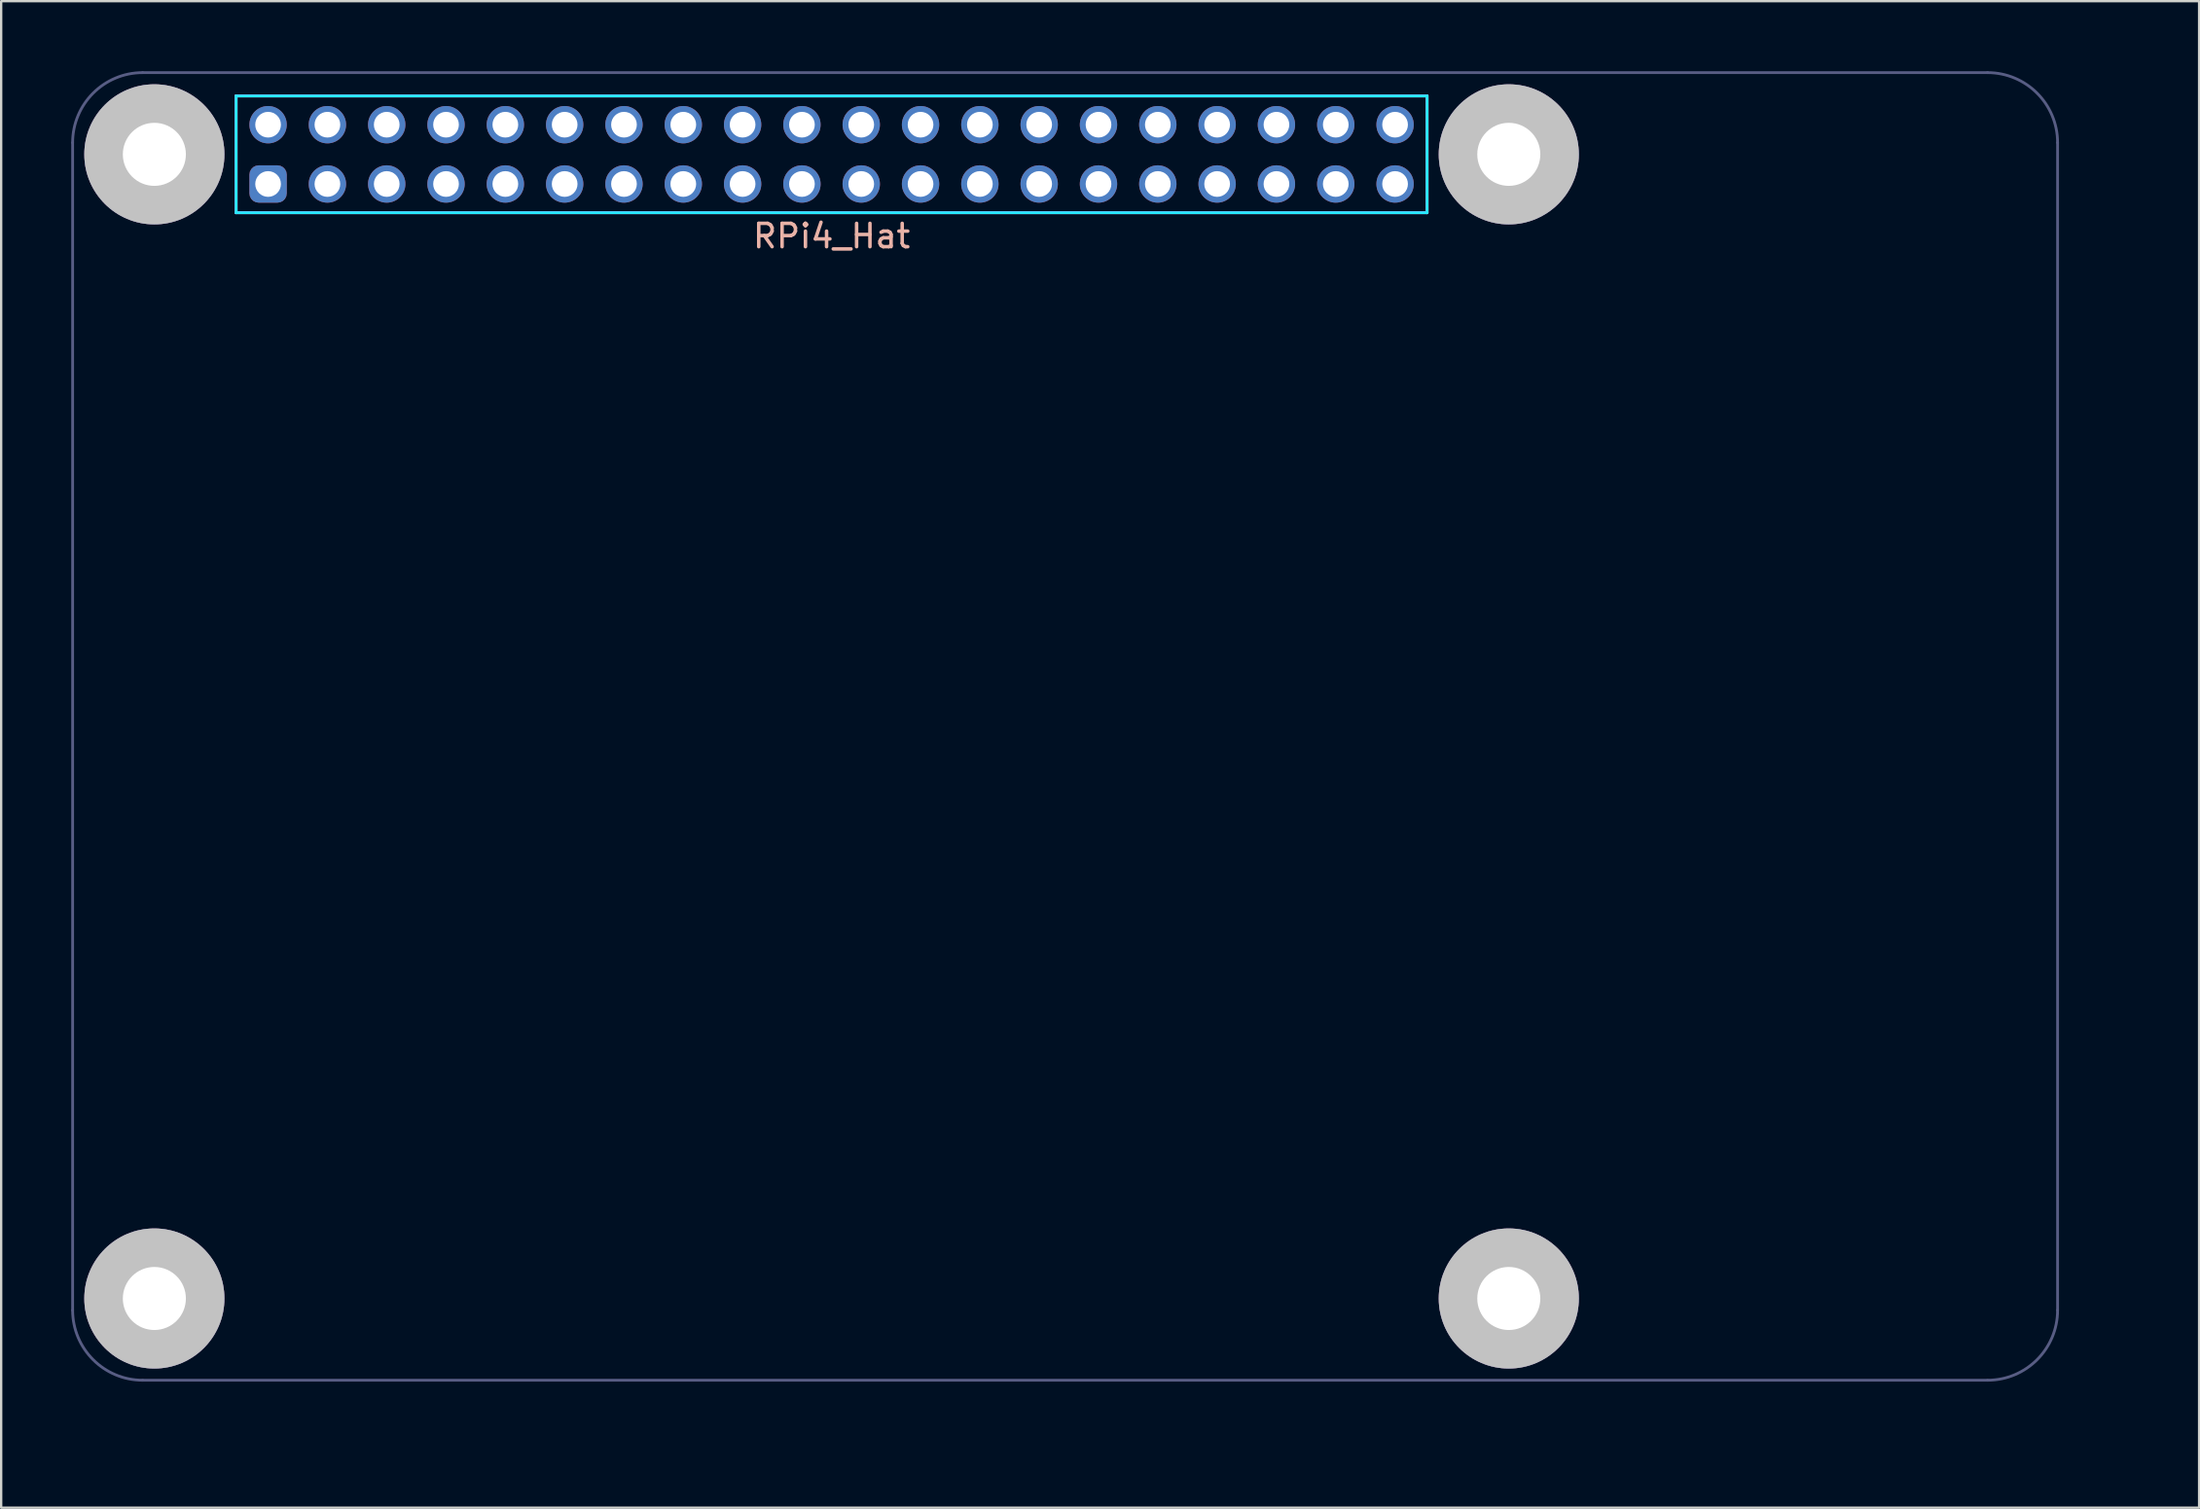
<source format=kicad_pcb>
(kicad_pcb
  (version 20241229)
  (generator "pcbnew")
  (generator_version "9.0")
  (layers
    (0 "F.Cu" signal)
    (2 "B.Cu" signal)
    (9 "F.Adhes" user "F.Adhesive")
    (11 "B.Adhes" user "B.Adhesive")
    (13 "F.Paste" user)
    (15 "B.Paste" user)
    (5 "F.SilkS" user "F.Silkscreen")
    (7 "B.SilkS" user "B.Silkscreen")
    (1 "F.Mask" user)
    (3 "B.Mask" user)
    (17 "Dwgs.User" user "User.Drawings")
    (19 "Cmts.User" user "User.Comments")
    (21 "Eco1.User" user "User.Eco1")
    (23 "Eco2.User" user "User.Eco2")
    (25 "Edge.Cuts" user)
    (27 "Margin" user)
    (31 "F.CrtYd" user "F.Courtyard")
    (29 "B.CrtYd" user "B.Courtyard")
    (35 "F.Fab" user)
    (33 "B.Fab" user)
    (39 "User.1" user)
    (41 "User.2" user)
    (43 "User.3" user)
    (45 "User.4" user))
  (footprint "RPi4_Hat"
    (layer "F.Cu")
    (at 32.56 3.56)
    (property "Reference" "RPi4_Hat" (at 0 3.5 0) (layer "B.SilkS") (effects (font (size 1 1) (thickness 0.15))))
    (attr through_hole)
    (fp_line (start -25.5 -2.5) (end 25.5 -2.5) (stroke (width 0.12) (type solid)) (layer "F.SilkS"))
    (fp_line (start -25.5 2.5) (end -25.5 -2.5) (stroke (width 0.12) (type solid)) (layer "F.SilkS"))
    (fp_line (start 25.5 -2.5) (end 25.5 2.5) (stroke (width 0.12) (type solid)) (layer "F.SilkS"))
    (fp_line (start 25.5 2.5) (end -25.5 2.5) (stroke (width 0.12) (type solid)) (layer "F.SilkS"))
    (fp_line (start -31 19) (end -31 30) (stroke (width 0.12) (type solid)) (layer "Eco1.User"))
    (fp_line (start -30 18) (end -31 19) (stroke (width 0.12) (type solid)) (layer "Eco1.User"))
    (fp_line (start -30 18) (end -30 13.5) (stroke (width 0.12) (type solid)) (layer "Eco1.User"))
    (fp_line (start -30 31) (end -31 30) (stroke (width 0.12) (type solid)) (layer "Eco1.User"))
    (fp_line (start -30 35.5) (end -30 31) (stroke (width 0.12) (type solid)) (layer "Eco1.User"))
    (fp_line (start -30 35.5) (end -27 35.5) (stroke (width 0.12) (type solid)) (layer "Eco1.User"))
    (fp_line (start -27 13.5) (end -30 13.5) (stroke (width 0.12) (type solid)) (layer "Eco1.User"))
    (fp_line (start -27 35.5) (end -27 13.5) (stroke (width 0.12) (type solid)) (layer "Eco1.User"))
    (fp_line (start -25.8 46.7) (end -16.8 46.7) (stroke (width 0.12) (type solid)) (layer "Eco1.User"))
    (fp_line (start -25.8 54) (end -25.8 46.7) (stroke (width 0.12) (type solid)) (layer "Eco1.User"))
    (fp_line (start -25.5 -2.5) (end 25.5 -2.5) (stroke (width 0.12) (type solid)) (layer "Eco1.User"))
    (fp_line (start -25.5 2.5) (end -25.5 -2.5) (stroke (width 0.12) (type solid)) (layer "Eco1.User"))
    (fp_line (start -16.8 46.7) (end -16.8 54) (stroke (width 0.12) (type solid)) (layer "Eco1.User"))
    (fp_line (start -16.8 54) (end -25.8 54) (stroke (width 0.12) (type solid)) (layer "Eco1.User"))
    (fp_line (start -10.7 12.5) (end -10.7 27.5) (stroke (width 0.12) (type solid)) (layer "Eco1.User"))
    (fp_line (start -10.7 27.5) (end 4.3 27.5) (stroke (width 0.12) (type solid)) (layer "Eco1.User"))
    (fp_line (start -10 46) (end -3 46) (stroke (width 0.12) (type solid)) (layer "Eco1.User"))
    (fp_line (start -10 54) (end -10 46) (stroke (width 0.12) (type solid)) (layer "Eco1.User"))
    (fp_line (start -3.4 20) (end -3 20) (stroke (width 0.12) (type solid)) (layer "Eco1.User"))
    (fp_line (start -3.2 19.8) (end -3.2 20.2) (stroke (width 0.12) (type solid)) (layer "Eco1.User"))
    (fp_line (start -3 46) (end -3 54) (stroke (width 0.12) (type solid)) (layer "Eco1.User"))
    (fp_line (start -3 54) (end -10 54) (stroke (width 0.12) (type solid)) (layer "Eco1.User"))
    (fp_line (start 3.5 46) (end 10.5 46) (stroke (width 0.12) (type solid)) (layer "Eco1.User"))
    (fp_line (start 3.5 54) (end 3.5 46) (stroke (width 0.12) (type solid)) (layer "Eco1.User"))
    (fp_line (start 4.3 12.5) (end -10.7 12.5) (stroke (width 0.12) (type solid)) (layer "Eco1.User"))
    (fp_line (start 4.3 27.5) (end 4.3 12.5) (stroke (width 0.12) (type solid)) (layer "Eco1.User"))
    (fp_line (start 7.3 12.5) (end 7.3 27.5) (stroke (width 0.12) (type solid)) (layer "Eco1.User"))
    (fp_line (start 7.3 27.5) (end 17.3 27.5) (stroke (width 0.12) (type solid)) (layer "Eco1.User"))
    (fp_line (start 10.5 46) (end 10.5 54) (stroke (width 0.12) (type solid)) (layer "Eco1.User"))
    (fp_line (start 10.5 54) (end 3.5 54) (stroke (width 0.12) (type solid)) (layer "Eco1.User"))
    (fp_line (start 13 52) (end 13 30) (stroke (width 0.12) (type solid)) (layer "Eco1.User"))
    (fp_line (start 13 52) (end 16 52) (stroke (width 0.12) (type solid)) (layer "Eco1.User"))
    (fp_line (start 16 30) (end 13 30) (stroke (width 0.12) (type solid)) (layer "Eco1.User"))
    (fp_line (start 16 34.5) (end 16 30) (stroke (width 0.12) (type solid)) (layer "Eco1.User"))
    (fp_line (start 16 47.5) (end 16 52) (stroke (width 0.12) (type solid)) (layer "Eco1.User"))
    (fp_line (start 16 47.5) (end 17 46.5) (stroke (width 0.12) (type solid)) (layer "Eco1.User"))
    (fp_line (start 17 35.5) (end 16 34.5) (stroke (width 0.12) (type solid)) (layer "Eco1.User"))
    (fp_line (start 17 46.5) (end 17 35.5) (stroke (width 0.12) (type solid)) (layer "Eco1.User"))
    (fp_line (start 17.3 12.5) (end 7.3 12.5) (stroke (width 0.12) (type solid)) (layer "Eco1.User"))
    (fp_line (start 17.3 27.5) (end 17.3 12.5) (stroke (width 0.12) (type solid)) (layer "Eco1.User"))
    (fp_line (start 18 40.1) (end 25 40.1) (stroke (width 0.12) (type solid)) (layer "Eco1.User"))
    (fp_line (start 18 52.5) (end 18 40.1) (stroke (width 0.12) (type solid)) (layer "Eco1.User"))
    (fp_line (start 18.5 54.9) (end 18.5 52.5) (stroke (width 0.12) (type solid)) (layer "Eco1.User"))
    (fp_line (start 22.8 25) (end 22.8 33) (stroke (width 0.12) (type solid)) (layer "Eco1.User"))
    (fp_line (start 22.8 25) (end 30.8 25) (stroke (width 0.12) (type solid)) (layer "Eco1.User"))
    (fp_line (start 24.5 52.5) (end 24.5 54.9) (stroke (width 0.12) (type solid)) (layer "Eco1.User"))
    (fp_line (start 24.5 54.9) (end 18.5 54.9) (stroke (width 0.12) (type solid)) (layer "Eco1.User"))
    (fp_line (start 25 40.1) (end 25 52.5) (stroke (width 0.12) (type solid)) (layer "Eco1.User"))
    (fp_line (start 25 52.5) (end 18 52.5) (stroke (width 0.12) (type solid)) (layer "Eco1.User"))
    (fp_line (start 25.5 -2.5) (end 25.5 2.5) (stroke (width 0.12) (type solid)) (layer "Eco1.User"))
    (fp_line (start 25.5 2.5) (end -25.5 2.5) (stroke (width 0.12) (type solid)) (layer "Eco1.User"))
    (fp_line (start 30.8 25) (end 30.8 33) (stroke (width 0.12) (type solid)) (layer "Eco1.User"))
    (fp_line (start 30.8 33) (end 22.8 33) (stroke (width 0.12) (type solid)) (layer "Eco1.User"))
    (fp_line (start 34.5 -1.25) (end 34.5 14.75) (stroke (width 0.12) (type solid)) (layer "Eco1.User"))
    (fp_line (start 34.5 14.75) (end 55.5 14.75) (stroke (width 0.12) (type solid)) (layer "Eco1.User"))
    (fp_line (start 38 18) (end 38 33) (stroke (width 0.12) (type solid)) (layer "Eco1.User"))
    (fp_line (start 38 33) (end 55.5 33) (stroke (width 0.12) (type solid)) (layer "Eco1.User"))
    (fp_line (start 38 36) (end 38 51) (stroke (width 0.12) (type solid)) (layer "Eco1.User"))
    (fp_line (start 38 51) (end 55.5 51) (stroke (width 0.12) (type solid)) (layer "Eco1.User"))
    (fp_line (start 55.5 -1.25) (end 34.5 -1.25) (stroke (width 0.12) (type solid)) (layer "Eco1.User"))
    (fp_line (start 55.5 14.75) (end 55.5 -1.25) (stroke (width 0.12) (type solid)) (layer "Eco1.User"))
    (fp_line (start 55.5 18) (end 38 18) (stroke (width 0.12) (type solid)) (layer "Eco1.User"))
    (fp_line (start 55.5 33) (end 55.5 18) (stroke (width 0.12) (type solid)) (layer "Eco1.User"))
    (fp_line (start 55.5 36) (end 38 36) (stroke (width 0.12) (type solid)) (layer "Eco1.User"))
    (fp_line (start 55.5 51) (end 55.5 36) (stroke (width 0.12) (type solid)) (layer "Eco1.User"))
    (fp_line (start -25.5 -2.5) (end -25.5 2.5) (stroke (width 0.12) (type solid)) (layer "B.CrtYd"))
    (fp_line (start -25.5 2.5) (end 25.5 2.5) (stroke (width 0.12) (type solid)) (layer "B.CrtYd"))
    (fp_line (start 25.5 -2.5) (end -25.5 -2.5) (stroke (width 0.12) (type solid)) (layer "B.CrtYd"))
    (fp_line (start 25.5 2.5) (end 25.5 -2.5) (stroke (width 0.12) (type solid)) (layer "B.CrtYd"))
    (fp_line (start -25.5 -2.5) (end 25.5 -2.5) (stroke (width 0.12) (type solid)) (layer "F.CrtYd"))
    (fp_line (start -25.5 2.5) (end -25.5 -2.5) (stroke (width 0.12) (type solid)) (layer "F.CrtYd"))
    (fp_line (start 25.5 -2.5) (end 25.5 2.5) (stroke (width 0.12) (type solid)) (layer "F.CrtYd"))
    (fp_line (start 25.5 2.5) (end -25.5 2.5) (stroke (width 0.12) (type solid)) (layer "F.CrtYd"))
    (fp_line (start -32.5 49.5) (end -32.5 -0.5) (stroke (width 0.12) (type solid)) (layer "B.Fab"))
    (fp_line (start -29.5 -3.5) (end 49.5 -3.5) (stroke (width 0.12) (type solid)) (layer "B.Fab"))
    (fp_line (start 49.5 52.5) (end -29.5 52.5) (stroke (width 0.12) (type solid)) (layer "B.Fab"))
    (fp_line (start 52.5 -0.5) (end 52.5 49.5) (stroke (width 0.12) (type solid)) (layer "B.Fab"))
    (fp_arc (start -32.5 -0.5) (mid -31.62132 -2.62132) (end -29.5 -3.5) (stroke (width 0.12) (type solid)) (layer "B.Fab"))
    (fp_arc (start -29.5 52.5) (mid -31.62132 51.62132) (end -32.5 49.5) (stroke (width 0.12) (type solid)) (layer "B.Fab"))
    (fp_arc (start 49.5 -3.5) (mid 51.62132 -2.62132) (end 52.5 -0.5) (stroke (width 0.12) (type solid)) (layer "B.Fab"))
    (fp_arc (start 52.5 49.5) (mid 51.62132 51.62132) (end 49.5 52.5) (stroke (width 0.12) (type solid)) (layer "B.Fab"))
    (fp_text user "Z=3,0" (at -7 47.25 0) (layer "Eco1.User") (effects (font (size 1 1) (thickness 0.15))))
    (fp_text user "Z=8,5 (Pins)" (at -25 -1.25 0) (layer "Eco1.User") (effects (font (size 1 1) (thickness 0.15)) (justify left)))
    (fp_text user "Z=5,5" (at 14.25 49 90) (layer "Eco1.User") (effects (font (size 1 1) (thickness 0.15))))
    (fp_text user "Z=13,5" (at 38 0 0) (layer "Eco1.User") (effects (font (size 1 1) (thickness 0.15))))
    (fp_text user "Z=6,0" (at 21 41.25 0) (layer "Eco1.User") (effects (font (size 1 1) (thickness 0.15))))
    (fp_text user "Z=16,0" (at 41.5 19.25 0) (layer "Eco1.User") (effects (font (size 1 1) (thickness 0.15))))
    (fp_text user "Z=3,2" (at -22.75 48 0) (layer "Eco1.User") (effects (font (size 1 1) (thickness 0.15))))
    (fp_text user "Z=2,5 (Plastic)" (at -25 0.5 0) (layer "Eco1.User") (effects (font (size 1 1) (thickness 0.15)) (justify left)))
    (fp_text user "Z=2,4" (at -7.75 13.75 0) (layer "Eco1.User") (effects (font (size 1 1) (thickness 0.15))))
    (fp_text user "Z=5,5" (at -28.75 32.5 90) (layer "Eco1.User") (effects (font (size 1 1) (thickness 0.15))))
    (fp_text user "Z=3,0" (at 6.5 47.25 0) (layer "Eco1.User") (effects (font (size 1 1) (thickness 0.15))))
    (fp_text user "Z=16,0" (at 41.5 37.25 0) (layer "Eco1.User") (effects (font (size 1 1) (thickness 0.15))))
    (pad "" np_thru_hole circle (at -29 0) (size 6 6) (drill 2.7) (layers "*.Cu" "*.Mask" "Dwgs.User"))
    (pad "" np_thru_hole circle (at -29 49) (size 6 6) (drill 2.7) (layers "*.Cu" "*.Mask" "Dwgs.User"))
    (pad "" np_thru_hole circle (at 29 0) (size 6 6) (drill 2.7) (layers "*.Cu" "*.Mask" "Dwgs.User"))
    (pad "" np_thru_hole circle (at 29 49) (size 6 6) (drill 2.7) (layers "*.Cu" "*.Mask" "Dwgs.User"))
    (pad "1" thru_hole roundrect (at -24.13 1.27) (size 1.6 1.6) (drill 1.1) (layers "*.Cu" "*.Mask") (roundrect_rratio 0.25))
    (pad "2" thru_hole circle (at -24.13 -1.27) (size 1.6 1.6) (drill 1.1) (layers "*.Cu" "*.Mask"))
    (pad "3" thru_hole circle (at -21.59 1.27) (size 1.6 1.6) (drill 1.1) (layers "*.Cu" "*.Mask"))
    (pad "4" thru_hole circle (at -21.59 -1.27) (size 1.6 1.6) (drill 1.1) (layers "*.Cu" "*.Mask"))
    (pad "5" thru_hole circle (at -19.05 1.27) (size 1.6 1.6) (drill 1.1) (layers "*.Cu" "*.Mask"))
    (pad "6" thru_hole circle (at -19.05 -1.27) (size 1.6 1.6) (drill 1.1) (layers "*.Cu" "*.Mask"))
    (pad "7" thru_hole circle (at -16.51 1.27) (size 1.6 1.6) (drill 1.1) (layers "*.Cu" "*.Mask"))
    (pad "8" thru_hole circle (at -16.51 -1.27) (size 1.6 1.6) (drill 1.1) (layers "*.Cu" "*.Mask"))
    (pad "9" thru_hole circle (at -13.97 1.27) (size 1.6 1.6) (drill 1.1) (layers "*.Cu" "*.Mask"))
    (pad "10" thru_hole circle (at -13.97 -1.27) (size 1.6 1.6) (drill 1.1) (layers "*.Cu" "*.Mask"))
    (pad "11" thru_hole circle (at -11.43 1.27) (size 1.6 1.6) (drill 1.1) (layers "*.Cu" "*.Mask"))
    (pad "12" thru_hole circle (at -11.43 -1.27) (size 1.6 1.6) (drill 1.1) (layers "*.Cu" "*.Mask"))
    (pad "13" thru_hole circle (at -8.89 1.27) (size 1.6 1.6) (drill 1.1) (layers "*.Cu" "*.Mask"))
    (pad "14" thru_hole circle (at -8.89 -1.27) (size 1.6 1.6) (drill 1.1) (layers "*.Cu" "*.Mask"))
    (pad "15" thru_hole circle (at -6.35 1.27) (size 1.6 1.6) (drill 1.1) (layers "*.Cu" "*.Mask"))
    (pad "16" thru_hole circle (at -6.35 -1.27) (size 1.6 1.6) (drill 1.1) (layers "*.Cu" "*.Mask"))
    (pad "17" thru_hole circle (at -3.81 1.27) (size 1.6 1.6) (drill 1.1) (layers "*.Cu" "*.Mask"))
    (pad "18" thru_hole circle (at -3.81 -1.27) (size 1.6 1.6) (drill 1.1) (layers "*.Cu" "*.Mask"))
    (pad "19" thru_hole circle (at -1.27 1.27) (size 1.6 1.6) (drill 1.1) (layers "*.Cu" "*.Mask"))
    (pad "20" thru_hole circle (at -1.27 -1.27) (size 1.6 1.6) (drill 1.1) (layers "*.Cu" "*.Mask"))
    (pad "21" thru_hole circle (at 1.27 1.27) (size 1.6 1.6) (drill 1.1) (layers "*.Cu" "*.Mask"))
    (pad "22" thru_hole circle (at 1.27 -1.27) (size 1.6 1.6) (drill 1.1) (layers "*.Cu" "*.Mask"))
    (pad "23" thru_hole circle (at 3.81 1.27) (size 1.6 1.6) (drill 1.1) (layers "*.Cu" "*.Mask"))
    (pad "24" thru_hole circle (at 3.81 -1.27) (size 1.6 1.6) (drill 1.1) (layers "*.Cu" "*.Mask"))
    (pad "25" thru_hole circle (at 6.35 1.27) (size 1.6 1.6) (drill 1.1) (layers "*.Cu" "*.Mask"))
    (pad "26" thru_hole circle (at 6.35 -1.27) (size 1.6 1.6) (drill 1.1) (layers "*.Cu" "*.Mask"))
    (pad "27" thru_hole circle (at 8.89 1.27) (size 1.6 1.6) (drill 1.1) (layers "*.Cu" "*.Mask"))
    (pad "28" thru_hole circle (at 8.89 -1.27) (size 1.6 1.6) (drill 1.1) (layers "*.Cu" "*.Mask"))
    (pad "29" thru_hole circle (at 11.43 1.27) (size 1.6 1.6) (drill 1.1) (layers "*.Cu" "*.Mask"))
    (pad "30" thru_hole circle (at 11.43 -1.27) (size 1.6 1.6) (drill 1.1) (layers "*.Cu" "*.Mask"))
    (pad "31" thru_hole circle (at 13.97 1.27) (size 1.6 1.6) (drill 1.1) (layers "*.Cu" "*.Mask"))
    (pad "32" thru_hole circle (at 13.97 -1.27) (size 1.6 1.6) (drill 1.1) (layers "*.Cu" "*.Mask"))
    (pad "33" thru_hole circle (at 16.51 1.27) (size 1.6 1.6) (drill 1.1) (layers "*.Cu" "*.Mask"))
    (pad "34" thru_hole circle (at 16.51 -1.27) (size 1.6 1.6) (drill 1.1) (layers "*.Cu" "*.Mask"))
    (pad "35" thru_hole circle (at 19.05 1.27) (size 1.6 1.6) (drill 1.1) (layers "*.Cu" "*.Mask"))
    (pad "36" thru_hole circle (at 19.05 -1.27) (size 1.6 1.6) (drill 1.1) (layers "*.Cu" "*.Mask"))
    (pad "37" thru_hole circle (at 21.59 1.27) (size 1.6 1.6) (drill 1.1) (layers "*.Cu" "*.Mask"))
    (pad "38" thru_hole circle (at 21.59 -1.27) (size 1.6 1.6) (drill 1.1) (layers "*.Cu" "*.Mask"))
    (pad "39" thru_hole circle (at 24.13 1.27) (size 1.6 1.6) (drill 1.1) (layers "*.Cu" "*.Mask"))
    (pad "40" thru_hole circle (at 24.13 -1.27) (size 1.6 1.6) (drill 1.1) (layers "*.Cu" "*.Mask")))
  (gr_rect
    (start -3 -3)
    (end 91.12 61.52)
    (stroke (width 0.1) (type default))
    (fill no)
    (layer "Edge.Cuts")))
</source>
